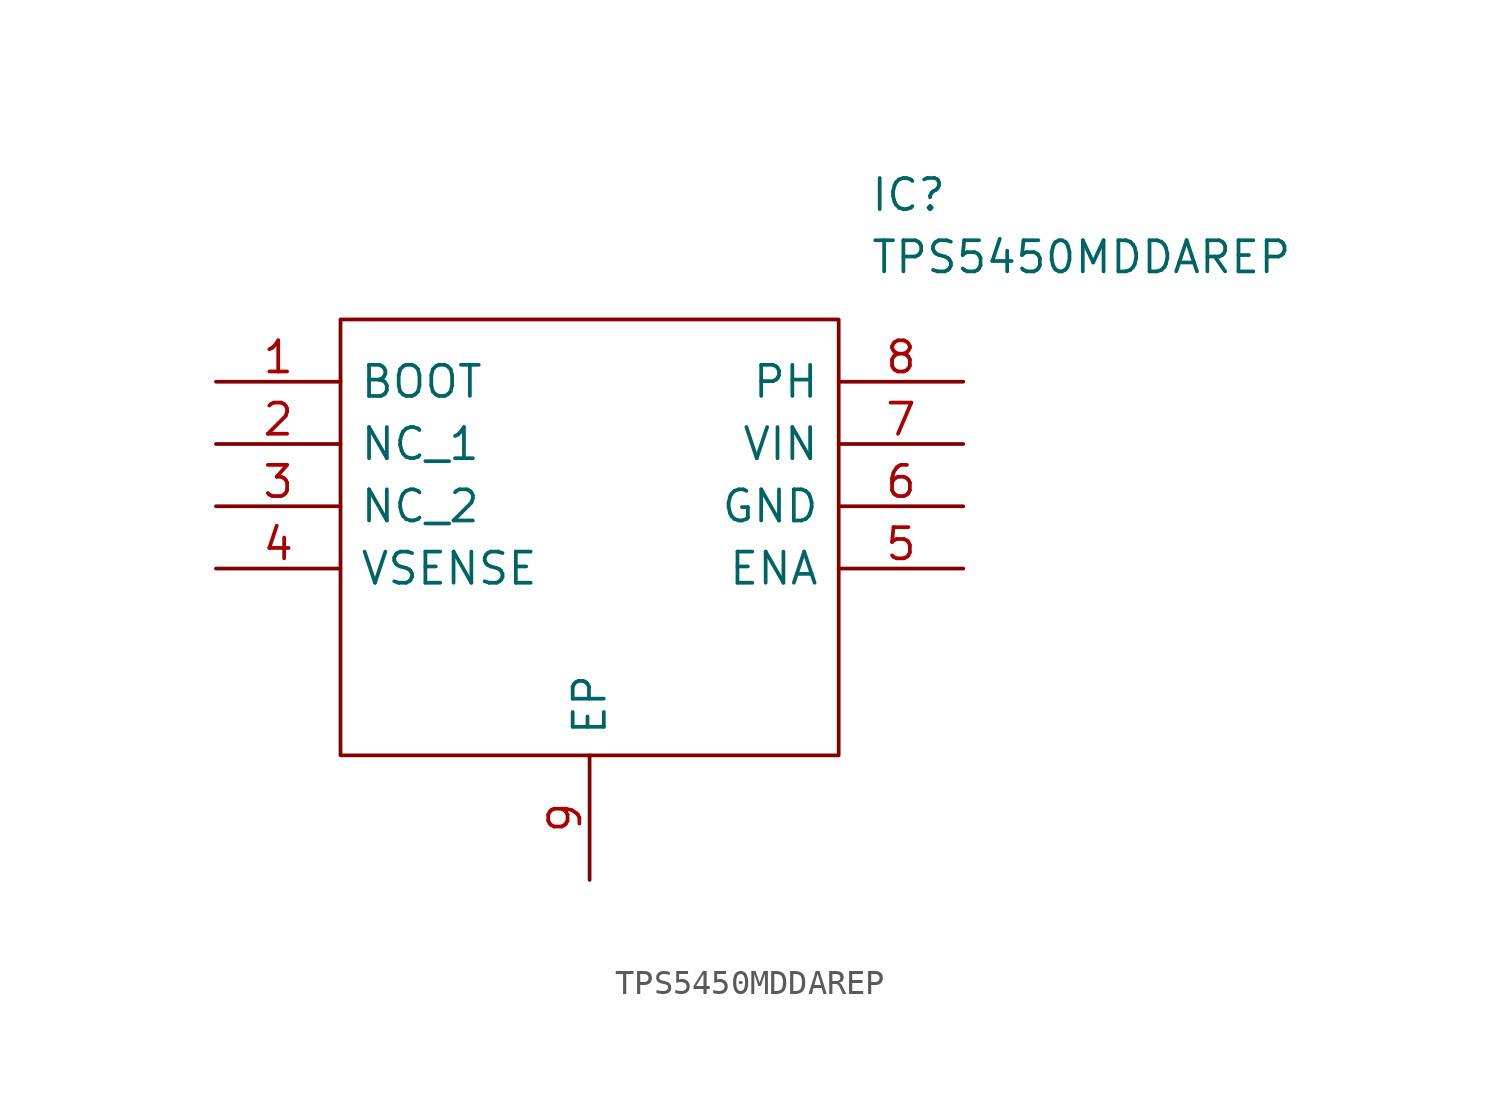
<source format=kicad_sym>
(kicad_symbol_lib
  (version 20211014)
  (generator kicad_symbol_editor)
  (symbol "TPS5450MDDAREP"
    (pin_names
      (offset 0.762))
    (property "Reference" "IC"
      (at 26.67 7.62 0)
      (effects (font (size 1.27 1.27)) (justify left)))
    (property "Value" "TPS5450MDDAREP"
      (at 26.67 5.08 0)
      (effects (font (size 1.27 1.27)) (justify left)))
    (symbol "TPS5450MDDAREP_0_0"
      (pin passive line (at 0 0 0) (length 5.08) (name "BOOT" (effects (font (size 1.27 1.27)))) (number "1" (effects (font (size 1.27 1.27)))))
      (pin passive line (at 0 -2.54 0) (length 5.08) (name "NC_1" (effects (font (size 1.27 1.27)))) (number "2" (effects (font (size 1.27 1.27)))))
      (pin passive line (at 0 -5.08 0) (length 5.08) (name "NC_2" (effects (font (size 1.27 1.27)))) (number "3" (effects (font (size 1.27 1.27)))))
      (pin passive line (at 0 -7.62 0) (length 5.08) (name "VSENSE" (effects (font (size 1.27 1.27)))) (number "4" (effects (font (size 1.27 1.27)))))
      (pin passive line (at 30.48 -7.62 180) (length 5.08) (name "ENA" (effects (font (size 1.27 1.27)))) (number "5" (effects (font (size 1.27 1.27)))))
      (pin passive line (at 30.48 -5.08 180) (length 5.08) (name "GND" (effects (font (size 1.27 1.27)))) (number "6" (effects (font (size 1.27 1.27)))))
      (pin passive line (at 30.48 -2.54 180) (length 5.08) (name "VIN" (effects (font (size 1.27 1.27)))) (number "7" (effects (font (size 1.27 1.27)))))
      (pin passive line (at 30.48 0 180) (length 5.08) (name "PH" (effects (font (size 1.27 1.27)))) (number "8" (effects (font (size 1.27 1.27)))))
      (pin passive line (at 15.24 -20.32 90) (length 5.08) (name "EP" (effects (font (size 1.27 1.27)))) (number "9" (effects (font (size 1.27 1.27))))))
    (symbol "TPS5450MDDAREP_0_1"
      (polyline (pts (xy 5.08 2.54) (xy 25.4 2.54) (xy 25.4 -15.24) (xy 5.08 -15.24) (xy 5.08 2.54)) (stroke (width 0.152) (type default) (color 0 0 0 0)) (fill (type none))))))
</source>
